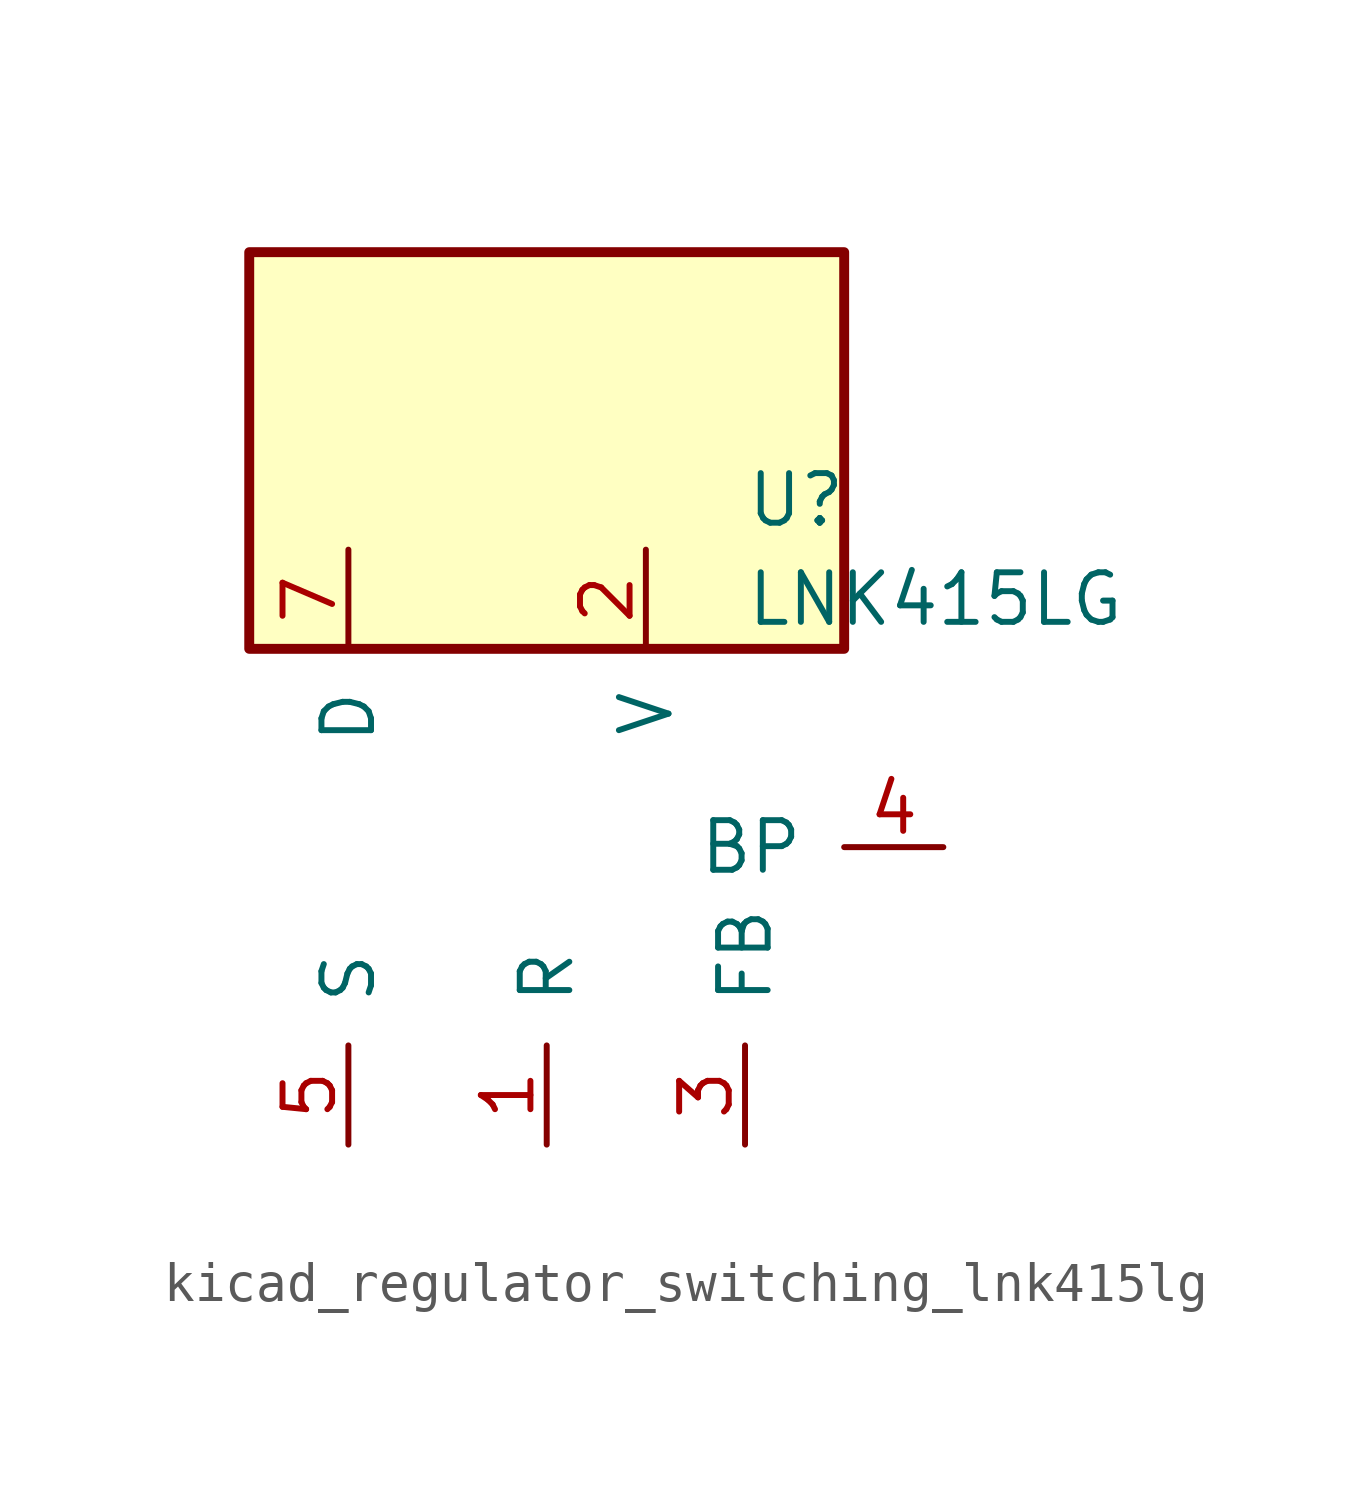
<source format=kicad_sym>
(kicad_symbol_lib
  (version 20220914)
  (generator kicad_symbol_editor)
  (symbol "kicad_regulator_switching_lnk415lg"
    (pin_names
      (offset 1.016))
    (property "Reference" "U"
      (at 5.08 8.89 0)
      (effects (font (size 1.27 1.27)) (justify left)))
    (property "Value" "LNK415LG"
      (at 5.08 6.35 0)
      (effects (font (size 1.27 1.27)) (justify left)))
    (symbol "kicad_regulator_switching_lnk415lg_0_1"
      (rectangle (start 7.62 15.24) (end -7.62 5.08) (stroke (width 0.254) (type default)) (fill (type background))))
    (symbol "kicad_regulator_switching_lnk415lg_1_1"
      (pin input line (at 0 -7.62 90) (length 2.54) (name "R" (effects (font (size 1.27 1.27)))) (number "1" (effects (font (size 1.27 1.27)))))
      (pin input line (at 2.54 7.62 270) (length 2.54) (name "V" (effects (font (size 1.27 1.27)))) (number "2" (effects (font (size 1.27 1.27)))))
      (pin input line (at 5.08 -7.62 90) (length 2.54) (name "FB" (effects (font (size 1.27 1.27)))) (number "3" (effects (font (size 1.27 1.27)))))
      (pin input line (at 10.16 0 180) (length 2.54) (name "BP" (effects (font (size 1.27 1.27)))) (number "4" (effects (font (size 1.27 1.27)))))
      (pin power_in line (at -5.08 -7.62 90) (length 2.54) (name "S" (effects (font (size 1.27 1.27)))) (number "5" (effects (font (size 1.27 1.27)))))
      (pin open_collector line (at -5.08 7.62 270) (length 2.54) (name "D" (effects (font (size 1.27 1.27)))) (number "7" (effects (font (size 1.27 1.27))))))))
</source>
